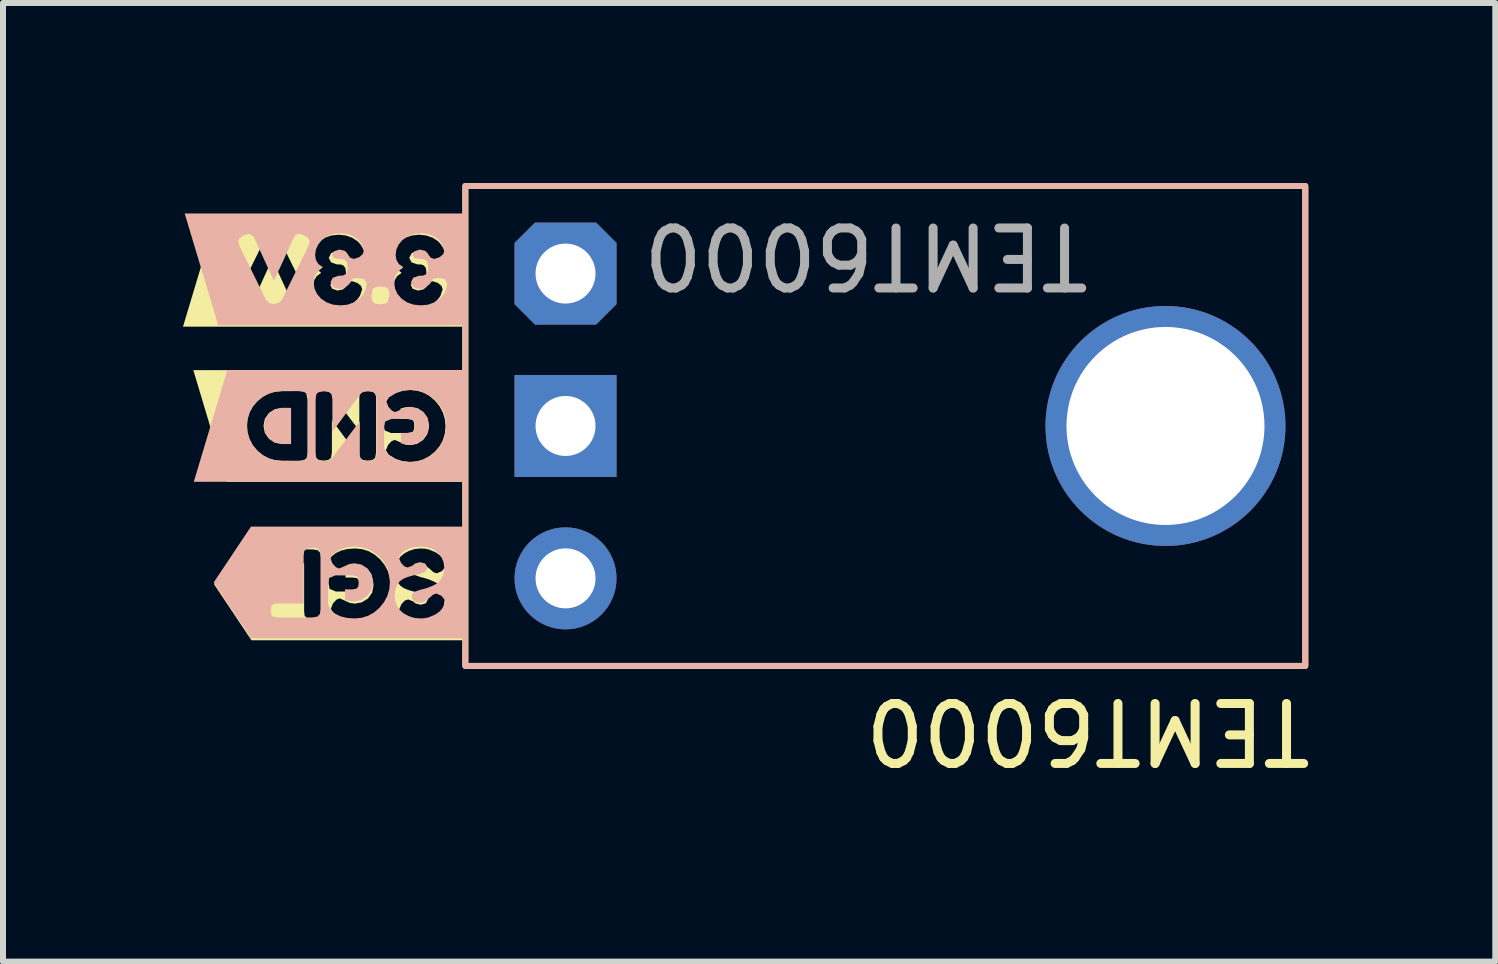
<source format=kicad_pcb>
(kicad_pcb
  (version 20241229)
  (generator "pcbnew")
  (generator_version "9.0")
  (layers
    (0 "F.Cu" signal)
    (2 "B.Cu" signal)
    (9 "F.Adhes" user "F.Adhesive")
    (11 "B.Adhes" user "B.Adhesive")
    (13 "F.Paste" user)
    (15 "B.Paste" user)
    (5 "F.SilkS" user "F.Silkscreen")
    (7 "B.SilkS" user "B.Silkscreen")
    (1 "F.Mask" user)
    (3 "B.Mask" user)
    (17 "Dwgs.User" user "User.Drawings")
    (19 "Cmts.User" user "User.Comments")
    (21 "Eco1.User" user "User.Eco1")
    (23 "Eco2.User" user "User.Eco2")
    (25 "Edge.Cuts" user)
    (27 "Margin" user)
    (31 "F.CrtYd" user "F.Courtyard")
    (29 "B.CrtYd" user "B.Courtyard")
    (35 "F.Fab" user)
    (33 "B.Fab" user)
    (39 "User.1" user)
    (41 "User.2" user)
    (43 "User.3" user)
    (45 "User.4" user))
  (footprint "TEMT6000"
    (layer "F.Cu")
    (at 6.376 1.51)
    (property "Reference" "TEMT6000" (at 12.497 7.62 180) (unlocked yes) (layer "F.SilkS") (effects (font (size 1 1) (thickness 0.15)) (justify left)))
    (attr through_hole)
    (fp_rect (start -1.67 -1.46) (end 12.33 6.54) (stroke (width 0.1) (type default)) (fill no) (layer "F.SilkS"))
    (fp_poly (pts (xy -4.734 2.838) (xy -4.582 2.838) (xy -4.582 2.238) (xy -4.736 2.238) (xy -4.844 2.26) (xy -4.942 2.323) (xy -5.011 2.419) (xy -5.034 2.537) (xy -5.012 2.655) (xy -4.944 2.752) (xy -4.847 2.817) (xy -4.734 2.838)) (stroke (width 0) (type solid)) (fill yes) (layer "F.SilkS"))
    (fp_poly (pts (xy -2 3.471) (xy -1.67 3.471) (xy -1.67 1.609) (xy -2 1.609) (xy -2.586 1.609) (xy -2.586 1.94) (xy -2.472 1.951) (xy -2.365 1.985) (xy -2.266 2.04) (xy -2.175 2.119) (xy -2.099 2.212) (xy -2.044 2.316) (xy -2.011 2.428) (xy -2 2.55) (xy -2.012 2.671) (xy -2.045 2.781) (xy -2.1 2.881) (xy -2.178 2.971) (xy -2.271 3.045) (xy -2.372 3.098) (xy -2.481 3.13) (xy -2.597 3.14) (xy -2.72 3.126) (xy -2.838 3.085) (xy -2.951 3.016) (xy -2.994 2.946) (xy -2.958 2.856) (xy -2.899 2.793) (xy -2.845 2.772) (xy -2.748 2.815) (xy -2.675 2.848) (xy -2.589 2.859) (xy -2.475 2.838) (xy -2.375 2.774) (xy -2.305 2.676) (xy -2.281 2.552) (xy -2.292 2.465) (xy -2.324 2.387) (xy -2.377 2.319) (xy -2.478 2.247) (xy -2.593 2.223) (xy -2.675 2.23) (xy -2.75 2.251) (xy -2.75 2.424) (xy -2.624 2.424) (xy -2.554 2.437) (xy -2.527 2.474) (xy -2.521 2.541) (xy -2.528 2.608) (xy -2.554 2.643) (xy -2.631 2.657) (xy -2.91 2.657) (xy -3.015 2.613) (xy -3.031 2.524) (xy -3.031 2.175) (xy -2.986 2.078) (xy -2.911 2.018) (xy -2.82 1.974) (xy -2.711 1.949) (xy -2.586 1.94) (xy -2.586 1.609) (xy -4.032 1.609) (xy -4.032 1.956) (xy -3.947 1.965) (xy -3.907 1.995) (xy -3.795 2.145) (xy -3.696 2.276) (xy -3.611 2.389) (xy -3.539 2.484) (xy -3.481 2.56) (xy -3.437 2.618) (xy -3.437 2.095) (xy -3.435 2.04) (xy -3.42 1.999) (xy -3.378 1.967) (xy -3.296 1.956) (xy -3.216 1.967) (xy -3.175 1.999) (xy -3.16 2.042) (xy -3.158 2.097) (xy -3.158 2.983) (xy -3.173 3.071) (xy -3.218 3.108) (xy -3.296 3.118) (xy -3.371 3.109) (xy -3.41 3.089) (xy -3.447 3.048) (xy -3.552 2.905) (xy -3.645 2.779) (xy -3.726 2.67) (xy -3.794 2.578) (xy -3.851 2.504) (xy -3.894 2.446) (xy -3.894 2.983) (xy -3.909 3.071) (xy -3.955 3.108) (xy -4.03 3.118) (xy -4.103 3.11) (xy -4.144 3.091) (xy -4.164 3.058) (xy -4.174 2.977) (xy -4.174 2.095) (xy -4.171 2.04) (xy -4.156 1.999) (xy -4.114 1.967) (xy -4.032 1.956) (xy -4.032 1.609) (xy -4.731 1.609) (xy -4.731 1.957) (xy -4.44 1.957) (xy -4.362 1.967) (xy -4.32 1.997) (xy -4.301 2.099) (xy -4.301 2.981) (xy -4.303 3.037) (xy -4.318 3.078) (xy -4.36 3.11) (xy -4.442 3.121) (xy -4.736 3.119) (xy -4.847 3.109) (xy -4.952 3.078) (xy -5.05 3.026) (xy -5.14 2.954) (xy -5.217 2.866) (xy -5.271 2.769) (xy -5.304 2.662) (xy -5.315 2.546) (xy -5.304 2.429) (xy -5.272 2.321) (xy -5.219 2.221) (xy -5.144 2.13) (xy -5.055 2.055) (xy -4.956 2.001) (xy -4.848 1.968) (xy -4.731 1.957) (xy -4.731 1.609) (xy -5.315 1.609) (xy -5.646 1.609) (xy -6.204 1.609) (xy -5.646 3.471) (xy -5.315 3.471) (xy -2 3.471)) (stroke (width 0) (type solid)) (fill yes) (layer "F.SilkS"))
    (fp_poly (pts (xy -1.993 6.112) (xy -1.662 6.112) (xy -1.662 4.251) (xy -1.993 4.251) (xy -2.415 4.251) (xy -2.415 4.582) (xy -2.343 4.586) (xy -2.274 4.6) (xy -2.166 4.645) (xy -2.095 4.695) (xy -2.049 4.743) (xy -2.034 4.761) (xy -1.993 4.852) (xy -2.01 4.899) (xy -2.061 4.959) (xy -2.146 4.997) (xy -2.199 4.978) (xy -2.269 4.918) (xy -2.333 4.866) (xy -2.409 4.842) (xy -2.491 4.855) (xy -2.54 4.895) (xy -2.557 4.963) (xy -2.516 5.024) (xy -2.415 5.059) (xy -2.353 5.074) (xy -2.285 5.095) (xy -2.218 5.122) (xy -2.155 5.153) (xy -2.1 5.196) (xy -2.054 5.259) (xy -2.024 5.338) (xy -2.014 5.432) (xy -2.025 5.522) (xy -2.06 5.603) (xy -2.118 5.676) (xy -2.196 5.734) (xy -2.29 5.769) (xy -2.401 5.78) (xy -2.492 5.774) (xy -2.575 5.755) (xy -2.684 5.705) (xy -2.723 5.675) (xy -2.773 5.598) (xy -2.735 5.51) (xy -2.68 5.451) (xy -2.623 5.431) (xy -2.541 5.463) (xy -2.523 5.478) (xy -2.498 5.499) (xy -2.413 5.52) (xy -2.327 5.495) (xy -2.293 5.427) (xy -2.334 5.356) (xy -2.435 5.32) (xy -2.498 5.308) (xy -2.566 5.29) (xy -2.635 5.268) (xy -2.698 5.242) (xy -2.753 5.203) (xy -2.799 5.143) (xy -2.829 5.064) (xy -2.839 4.969) (xy -2.829 4.872) (xy -2.798 4.787) (xy -2.75 4.717) (xy -2.69 4.666) (xy -2.602 4.619) (xy -2.511 4.591) (xy -2.415 4.582) (xy -2.415 4.251) (xy -3.504 4.251) (xy -3.504 4.582) (xy -3.39 4.593) (xy -3.283 4.626) (xy -3.185 4.682) (xy -3.093 4.76) (xy -3.017 4.854) (xy -2.962 4.957) (xy -2.93 5.07) (xy -2.919 5.191) (xy -2.93 5.312) (xy -2.963 5.423) (xy -3.019 5.523) (xy -3.097 5.613) (xy -3.189 5.687) (xy -3.29 5.739) (xy -3.399 5.771) (xy -3.516 5.782) (xy -3.638 5.768) (xy -3.756 5.727) (xy -3.87 5.658) (xy -3.912 5.587) (xy -3.876 5.498) (xy -3.817 5.434) (xy -3.763 5.413) (xy -3.666 5.457) (xy -3.593 5.49) (xy -3.508 5.501) (xy -3.394 5.479) (xy -3.293 5.416) (xy -3.223 5.318) (xy -3.2 5.194) (xy -3.21 5.107) (xy -3.242 5.029) (xy -3.295 4.96) (xy -3.397 4.888) (xy -3.511 4.864) (xy -3.594 4.871) (xy -3.668 4.893) (xy -3.668 5.066) (xy -3.543 5.066) (xy -3.473 5.078) (xy -3.446 5.116) (xy -3.439 5.182) (xy -3.447 5.25) (xy -3.473 5.285) (xy -3.549 5.299) (xy -3.828 5.299) (xy -3.933 5.255) (xy -3.949 5.166) (xy -3.949 4.816) (xy -3.905 4.72) (xy -3.83 4.659) (xy -3.738 4.616) (xy -3.63 4.59) (xy -3.504 4.582) (xy -3.504 4.251) (xy -4.787 4.251) (xy -4.787 4.597) (xy -4.216 4.597) (xy -4.128 4.612) (xy -4.086 4.658) (xy -4.076 4.739) (xy -4.076 5.621) (xy -4.078 5.676) (xy -4.093 5.718) (xy -4.136 5.75) (xy -4.217 5.761) (xy -4.306 5.746) (xy -4.349 5.702) (xy -4.357 5.62) (xy -4.357 4.832) (xy -4.789 4.832) (xy -4.865 4.82) (xy -4.897 4.783) (xy -4.905 4.716) (xy -4.897 4.648) (xy -4.87 4.613) (xy -4.787 4.597) (xy -4.787 4.251) (xy -4.905 4.251) (xy -5.235 4.251) (xy -5.856 5.182) (xy -5.235 6.112) (xy -4.905 6.112) (xy -1.993 6.112)) (stroke (width 0) (type solid)) (fill yes) (layer "F.SilkS"))
    (fp_poly (pts (xy -2 0.885) (xy -1.67 0.885) (xy -1.67 -0.978) (xy -2 -0.978) (xy -2.44 -0.978) (xy -2.44 -0.648) (xy -2.32 -0.635) (xy -2.214 -0.598) (xy -2.122 -0.537) (xy -2.078 -0.487) (xy -2.038 -0.424) (xy -2.021 -0.383) (xy -2.018 -0.367) (xy -2 -0.281) (xy -2.039 -0.212) (xy -2.156 -0.189) (xy -2.24 -0.205) (xy -2.288 -0.287) (xy -2.375 -0.364) (xy -2.442 -0.373) (xy -2.515 -0.365) (xy -2.565 -0.339) (xy -2.605 -0.262) (xy -2.566 -0.187) (xy -2.474 -0.154) (xy -2.402 -0.151) (xy -2.361 -0.135) (xy -2.328 -0.094) (xy -2.318 -0.013) (xy -2.332 0.076) (xy -2.376 0.119) (xy -2.459 0.127) (xy -2.55 0.142) (xy -2.58 0.189) (xy -2.548 0.252) (xy -2.46 0.283) (xy -2.37 0.264) (xy -2.329 0.225) (xy -2.319 0.206) (xy -2.275 0.147) (xy -2.215 0.127) (xy -2.127 0.156) (xy -2.068 0.205) (xy -2.048 0.262) (xy -2.084 0.37) (xy -2.119 0.42) (xy -2.185 0.483) (xy -2.29 0.532) (xy -2.361 0.548) (xy -2.44 0.554) (xy -2.561 0.542) (xy -2.664 0.505) (xy -2.748 0.443) (xy -2.811 0.366) (xy -2.848 0.282) (xy -2.861 0.193) (xy -2.847 0.109) (xy -2.806 0.042) (xy -2.737 -0.008) (xy -2.737 -0.019) (xy -2.784 -0.053) (xy -2.834 -0.105) (xy -2.873 -0.176) (xy -2.886 -0.257) (xy -2.872 -0.364) (xy -2.83 -0.457) (xy -2.759 -0.537) (xy -2.667 -0.599) (xy -2.561 -0.635) (xy -2.44 -0.648) (xy -2.44 -0.978) (xy -3.123 -0.978) (xy -3.123 -0.629) (xy -3.044 -0.621) (xy -2.996 -0.598) (xy -2.965 -0.484) (xy -2.965 -0.478) (xy -2.968 -0.422) (xy -2.983 -0.379) (xy -3.025 -0.344) (xy -3.103 -0.332) (xy -3.184 -0.34) (xy -3.235 -0.365) (xy -3.262 -0.476) (xy -3.262 -0.483) (xy -3.26 -0.539) (xy -3.243 -0.583) (xy -3.201 -0.617) (xy -3.123 -0.629) (xy -3.123 -0.978) (xy -3.781 -0.978) (xy -3.781 -0.648) (xy -3.661 -0.635) (xy -3.556 -0.598) (xy -3.464 -0.537) (xy -3.419 -0.487) (xy -3.38 -0.424) (xy -3.362 -0.383) (xy -3.359 -0.367) (xy -3.342 -0.281) (xy -3.381 -0.212) (xy -3.497 -0.189) (xy -3.581 -0.205) (xy -3.629 -0.287) (xy -3.716 -0.364) (xy -3.783 -0.373) (xy -3.856 -0.365) (xy -3.907 -0.339) (xy -3.947 -0.262) (xy -3.908 -0.187) (xy -3.816 -0.154) (xy -3.743 -0.151) (xy -3.702 -0.135) (xy -3.67 -0.094) (xy -3.659 -0.013) (xy -3.674 0.076) (xy -3.718 0.119) (xy -3.8 0.127) (xy -3.891 0.142) (xy -3.921 0.189) (xy -3.889 0.252) (xy -3.801 0.283) (xy -3.712 0.264) (xy -3.67 0.225) (xy -3.661 0.206) (xy -3.616 0.147) (xy -3.556 0.127) (xy -3.469 0.156) (xy -3.409 0.205) (xy -3.389 0.262) (xy -3.426 0.37) (xy -3.461 0.42) (xy -3.527 0.483) (xy -3.631 0.532) (xy -3.703 0.548) (xy -3.781 0.554) (xy -3.902 0.542) (xy -4.005 0.505) (xy -4.089 0.443) (xy -4.152 0.366) (xy -4.19 0.282) (xy -4.202 0.193) (xy -4.188 0.109) (xy -4.147 0.042) (xy -4.078 -0.008) (xy -4.078 -0.019) (xy -4.125 -0.053) (xy -4.175 -0.105) (xy -4.214 -0.176) (xy -4.228 -0.257) (xy -4.213 -0.364) (xy -4.171 -0.457) (xy -4.101 -0.537) (xy -4.009 -0.599) (xy -3.902 -0.635) (xy -3.781 -0.648) (xy -3.781 -0.978) (xy -4.897 -0.978) (xy -4.897 -0.625) (xy -4.882 -0.625) (xy -4.806 -0.604) (xy -4.753 -0.548) (xy -4.315 0.341) (xy -4.291 0.418) (xy -4.314 0.471) (xy -4.385 0.519) (xy -4.465 0.546) (xy -4.507 0.54) (xy -4.534 0.518) (xy -4.56 0.475) (xy -4.581 0.431) (xy -4.621 0.344) (xy -4.672 0.232) (xy -4.727 0.113) (xy -4.782 -0.006) (xy -4.833 -0.118) (xy -4.872 -0.203) (xy -4.889 -0.24) (xy -5.207 0.456) (xy -5.229 0.503) (xy -5.299 0.546) (xy -5.393 0.519) (xy -5.463 0.471) (xy -5.486 0.418) (xy -5.463 0.341) (xy -5.024 -0.548) (xy -4.971 -0.604) (xy -4.897 -0.625) (xy -4.897 -0.978) (xy -5.486 -0.978) (xy -5.817 -0.978) (xy -6.376 0.885) (xy -5.817 0.885) (xy -5.486 0.885) (xy -2 0.885)) (stroke (width 0) (type solid)) (fill yes) (layer "F.SilkS"))
    (fp_rect (start -1.67 -1.46) (end 12.33 6.54) (stroke (width 0.1) (type default)) (fill no) (layer "B.SilkS"))
    (fp_poly (pts (xy -4.726 2.242) (xy -4.574 2.242) (xy -4.574 2.842) (xy -4.728 2.842) (xy -4.836 2.82) (xy -4.934 2.757) (xy -5.003 2.661) (xy -5.026 2.543) (xy -5.004 2.425) (xy -4.936 2.328) (xy -4.839 2.263) (xy -4.726 2.242)) (stroke (width 0) (type solid)) (fill yes) (layer "B.SilkS"))
    (fp_poly (pts (xy -1.992 1.609) (xy -1.662 1.609) (xy -1.662 3.471) (xy -1.992 3.471) (xy -2.578 3.471) (xy -2.578 3.14) (xy -2.464 3.129) (xy -2.357 3.095) (xy -2.258 3.04) (xy -2.167 2.961) (xy -2.091 2.868) (xy -2.036 2.764) (xy -2.003 2.652) (xy -1.992 2.53) (xy -2.003 2.409) (xy -2.037 2.299) (xy -2.092 2.199) (xy -2.17 2.109) (xy -2.263 2.035) (xy -2.364 1.982) (xy -2.473 1.95) (xy -2.589 1.94) (xy -2.712 1.954) (xy -2.83 1.995) (xy -2.943 2.064) (xy -2.986 2.134) (xy -2.95 2.224) (xy -2.89 2.287) (xy -2.837 2.308) (xy -2.74 2.265) (xy -2.667 2.232) (xy -2.581 2.221) (xy -2.467 2.242) (xy -2.367 2.306) (xy -2.297 2.404) (xy -2.273 2.528) (xy -2.284 2.615) (xy -2.316 2.693) (xy -2.369 2.761) (xy -2.47 2.833) (xy -2.584 2.857) (xy -2.667 2.85) (xy -2.742 2.829) (xy -2.742 2.656) (xy -2.616 2.656) (xy -2.546 2.643) (xy -2.519 2.606) (xy -2.513 2.539) (xy -2.52 2.472) (xy -2.546 2.437) (xy -2.623 2.423) (xy -2.902 2.423) (xy -3.007 2.467) (xy -3.023 2.556) (xy -3.023 2.905) (xy -2.978 3.002) (xy -2.903 3.062) (xy -2.811 3.106) (xy -2.703 3.131) (xy -2.578 3.14) (xy -2.578 3.471) (xy -4.024 3.471) (xy -4.024 3.124) (xy -3.939 3.115) (xy -3.899 3.085) (xy -3.787 2.935) (xy -3.688 2.804) (xy -3.603 2.691) (xy -3.531 2.596) (xy -3.473 2.52) (xy -3.429 2.462) (xy -3.429 2.985) (xy -3.427 3.04) (xy -3.412 3.081) (xy -3.369 3.113) (xy -3.288 3.124) (xy -3.208 3.113) (xy -3.167 3.081) (xy -3.152 3.038) (xy -3.15 2.983) (xy -3.15 2.097) (xy -3.165 2.009) (xy -3.21 1.972) (xy -3.288 1.962) (xy -3.363 1.971) (xy -3.402 1.991) (xy -3.439 2.032) (xy -3.544 2.175) (xy -3.637 2.301) (xy -3.718 2.41) (xy -3.786 2.502) (xy -3.842 2.576) (xy -3.886 2.634) (xy -3.886 2.097) (xy -3.901 2.009) (xy -3.947 1.972) (xy -4.022 1.962) (xy -4.095 1.97) (xy -4.136 1.989) (xy -4.156 2.022) (xy -4.166 2.103) (xy -4.166 2.985) (xy -4.163 3.04) (xy -4.148 3.081) (xy -4.106 3.113) (xy -4.024 3.124) (xy -4.024 3.471) (xy -4.723 3.471) (xy -4.723 3.123) (xy -4.432 3.123) (xy -4.354 3.113) (xy -4.312 3.083) (xy -4.293 2.981) (xy -4.293 2.099) (xy -4.295 2.043) (xy -4.31 2.002) (xy -4.352 1.97) (xy -4.434 1.959) (xy -4.728 1.961) (xy -4.839 1.971) (xy -4.944 2.002) (xy -5.042 2.054) (xy -5.132 2.126) (xy -5.209 2.214) (xy -5.263 2.311) (xy -5.296 2.418) (xy -5.307 2.534) (xy -5.296 2.651) (xy -5.264 2.759) (xy -5.211 2.859) (xy -5.136 2.95) (xy -5.047 3.025) (xy -4.948 3.079) (xy -4.84 3.112) (xy -4.723 3.123) (xy -4.723 3.471) (xy -5.307 3.471) (xy -5.638 3.471) (xy -6.196 3.471) (xy -5.638 1.609) (xy -5.307 1.609) (xy -1.992 1.609)) (stroke (width 0) (type solid)) (fill yes) (layer "B.SilkS"))
    (fp_poly (pts (xy -2.001 4.217) (xy -1.67 4.217) (xy -1.67 6.079) (xy -2.001 6.079) (xy -2.423 6.079) (xy -2.423 5.748) (xy -2.351 5.744) (xy -2.282 5.73) (xy -2.174 5.685) (xy -2.103 5.635) (xy -2.057 5.586) (xy -2.042 5.569) (xy -2.001 5.478) (xy -2.018 5.431) (xy -2.069 5.371) (xy -2.153 5.332) (xy -2.207 5.352) (xy -2.277 5.412) (xy -2.341 5.463) (xy -2.417 5.488) (xy -2.499 5.475) (xy -2.548 5.434) (xy -2.565 5.367) (xy -2.524 5.306) (xy -2.423 5.271) (xy -2.361 5.256) (xy -2.293 5.235) (xy -2.226 5.208) (xy -2.163 5.177) (xy -2.108 5.134) (xy -2.062 5.071) (xy -2.032 4.992) (xy -2.022 4.897) (xy -2.033 4.808) (xy -2.068 4.727) (xy -2.126 4.654) (xy -2.203 4.596) (xy -2.298 4.561) (xy -2.409 4.55) (xy -2.5 4.556) (xy -2.583 4.574) (xy -2.692 4.624) (xy -2.731 4.655) (xy -2.781 4.732) (xy -2.742 4.82) (xy -2.688 4.879) (xy -2.631 4.899) (xy -2.549 4.867) (xy -2.53 4.851) (xy -2.506 4.831) (xy -2.421 4.81) (xy -2.335 4.835) (xy -2.301 4.903) (xy -2.342 4.974) (xy -2.442 5.01) (xy -2.505 5.022) (xy -2.574 5.04) (xy -2.643 5.062) (xy -2.706 5.088) (xy -2.761 5.127) (xy -2.807 5.187) (xy -2.837 5.266) (xy -2.847 5.361) (xy -2.837 5.458) (xy -2.806 5.543) (xy -2.758 5.612) (xy -2.698 5.664) (xy -2.61 5.711) (xy -2.519 5.739) (xy -2.423 5.748) (xy -2.423 6.079) (xy -3.512 6.079) (xy -3.512 5.748) (xy -3.398 5.737) (xy -3.291 5.704) (xy -3.192 5.648) (xy -3.101 5.57) (xy -3.025 5.476) (xy -2.97 5.373) (xy -2.937 5.26) (xy -2.927 5.139) (xy -2.938 5.018) (xy -2.971 4.907) (xy -3.027 4.807) (xy -3.104 4.717) (xy -3.197 4.643) (xy -3.298 4.59) (xy -3.407 4.559) (xy -3.523 4.548) (xy -3.646 4.562) (xy -3.764 4.603) (xy -3.877 4.672) (xy -3.92 4.743) (xy -3.884 4.832) (xy -3.825 4.895) (xy -3.771 4.916) (xy -3.674 4.873) (xy -3.601 4.84) (xy -3.516 4.829) (xy -3.402 4.85) (xy -3.301 4.914) (xy -3.231 5.012) (xy -3.208 5.136) (xy -3.218 5.223) (xy -3.25 5.301) (xy -3.303 5.37) (xy -3.404 5.442) (xy -3.519 5.466) (xy -3.602 5.459) (xy -3.676 5.437) (xy -3.676 5.264) (xy -3.55 5.264) (xy -3.481 5.251) (xy -3.454 5.214) (xy -3.447 5.147) (xy -3.454 5.08) (xy -3.481 5.045) (xy -3.557 5.031) (xy -3.836 5.031) (xy -3.941 5.075) (xy -3.957 5.164) (xy -3.957 5.513) (xy -3.912 5.61) (xy -3.837 5.671) (xy -3.746 5.714) (xy -3.637 5.74) (xy -3.512 5.748) (xy -3.512 6.079) (xy -4.795 6.079) (xy -4.795 5.732) (xy -4.224 5.732) (xy -4.135 5.717) (xy -4.093 5.672) (xy -4.084 5.591) (xy -4.084 4.709) (xy -4.086 4.654) (xy -4.101 4.612) (xy -4.143 4.58) (xy -4.225 4.569) (xy -4.314 4.584) (xy -4.357 4.628) (xy -4.365 4.71) (xy -4.365 5.498) (xy -4.797 5.498) (xy -4.873 5.509) (xy -4.905 5.547) (xy -4.913 5.614) (xy -4.905 5.682) (xy -4.878 5.717) (xy -4.795 5.732) (xy -4.795 6.079) (xy -4.913 6.079) (xy -5.243 6.079) (xy -5.864 5.148) (xy -5.243 4.217) (xy -4.913 4.217) (xy -2.001 4.217)) (stroke (width 0) (type solid)) (fill yes) (layer "B.SilkS"))
    (fp_poly (pts (xy -1.972 -1.002) (xy -1.641 -1.002) (xy -1.641 0.861) (xy -1.972 0.861) (xy -2.411 0.861) (xy -2.411 0.53) (xy -2.291 0.518) (xy -2.186 0.481) (xy -2.094 0.419) (xy -2.049 0.369) (xy -2.01 0.306) (xy -1.992 0.265) (xy -1.989 0.249) (xy -1.972 0.164) (xy -2.011 0.094) (xy -2.127 0.071) (xy -2.211 0.087) (xy -2.259 0.17) (xy -2.346 0.246) (xy -2.413 0.256) (xy -2.486 0.247) (xy -2.537 0.221) (xy -2.577 0.144) (xy -2.538 0.069) (xy -2.446 0.037) (xy -2.373 0.033) (xy -2.332 0.017) (xy -2.3 -0.023) (xy -2.289 -0.105) (xy -2.304 -0.193) (xy -2.348 -0.237) (xy -2.43 -0.244) (xy -2.521 -0.26) (xy -2.551 -0.306) (xy -2.519 -0.37) (xy -2.431 -0.4) (xy -2.342 -0.381) (xy -2.3 -0.343) (xy -2.291 -0.324) (xy -2.246 -0.264) (xy -2.186 -0.244) (xy -2.099 -0.273) (xy -2.039 -0.323) (xy -2.019 -0.379) (xy -2.056 -0.487) (xy -2.091 -0.537) (xy -2.157 -0.6) (xy -2.261 -0.649) (xy -2.333 -0.666) (xy -2.411 -0.672) (xy -2.532 -0.659) (xy -2.635 -0.622) (xy -2.719 -0.56) (xy -2.782 -0.483) (xy -2.82 -0.4) (xy -2.832 -0.31) (xy -2.818 -0.226) (xy -2.777 -0.159) (xy -2.708 -0.11) (xy -2.708 -0.098) (xy -2.755 -0.064) (xy -2.805 -0.013) (xy -2.844 0.059) (xy -2.857 0.14) (xy -2.843 0.246) (xy -2.801 0.34) (xy -2.731 0.42) (xy -2.639 0.481) (xy -2.532 0.518) (xy -2.411 0.53) (xy -2.411 0.861) (xy -3.095 0.861) (xy -3.095 0.511) (xy -3.015 0.504) (xy -2.968 0.481) (xy -2.937 0.367) (xy -2.937 0.36) (xy -2.939 0.305) (xy -2.954 0.262) (xy -2.996 0.226) (xy -3.074 0.214) (xy -3.155 0.223) (xy -3.207 0.248) (xy -3.234 0.359) (xy -3.234 0.365) (xy -3.231 0.421) (xy -3.215 0.465) (xy -3.173 0.5) (xy -3.095 0.511) (xy -3.095 0.861) (xy -3.753 0.861) (xy -3.753 0.53) (xy -3.633 0.518) (xy -3.527 0.481) (xy -3.435 0.419) (xy -3.391 0.369) (xy -3.351 0.306) (xy -3.334 0.265) (xy -3.331 0.249) (xy -3.313 0.164) (xy -3.352 0.094) (xy -3.469 0.071) (xy -3.553 0.087) (xy -3.6 0.17) (xy -3.688 0.246) (xy -3.754 0.256) (xy -3.827 0.247) (xy -3.878 0.221) (xy -3.918 0.144) (xy -3.879 0.069) (xy -3.787 0.037) (xy -3.715 0.033) (xy -3.673 0.017) (xy -3.641 -0.023) (xy -3.631 -0.105) (xy -3.645 -0.193) (xy -3.689 -0.237) (xy -3.772 -0.244) (xy -3.862 -0.26) (xy -3.893 -0.306) (xy -3.861 -0.37) (xy -3.773 -0.4) (xy -3.683 -0.381) (xy -3.642 -0.343) (xy -3.632 -0.324) (xy -3.588 -0.264) (xy -3.527 -0.244) (xy -3.44 -0.273) (xy -3.381 -0.323) (xy -3.361 -0.379) (xy -3.397 -0.487) (xy -3.432 -0.537) (xy -3.498 -0.6) (xy -3.603 -0.649) (xy -3.674 -0.666) (xy -3.753 -0.672) (xy -3.874 -0.659) (xy -3.977 -0.622) (xy -4.061 -0.56) (xy -4.123 -0.483) (xy -4.161 -0.4) (xy -4.174 -0.31) (xy -4.16 -0.226) (xy -4.119 -0.159) (xy -4.05 -0.11) (xy -4.05 -0.098) (xy -4.097 -0.064) (xy -4.147 -0.013) (xy -4.186 0.059) (xy -4.199 0.14) (xy -4.185 0.246) (xy -4.142 0.34) (xy -4.072 0.42) (xy -3.98 0.481) (xy -3.874 0.518) (xy -3.753 0.53) (xy -3.753 0.861) (xy -4.869 0.861) (xy -4.869 0.508) (xy -4.853 0.508) (xy -4.778 0.487) (xy -4.724 0.43) (xy -4.286 -0.459) (xy -4.262 -0.535) (xy -4.286 -0.588) (xy -4.356 -0.637) (xy -4.436 -0.664) (xy -4.478 -0.657) (xy -4.505 -0.635) (xy -4.532 -0.593) (xy -4.553 -0.548) (xy -4.593 -0.461) (xy -4.644 -0.349) (xy -4.698 -0.23) (xy -4.753 -0.111) (xy -4.805 0.001) (xy -4.844 0.086) (xy -4.861 0.122) (xy -5.178 -0.573) (xy -5.201 -0.621) (xy -5.271 -0.664) (xy -5.364 -0.637) (xy -5.434 -0.588) (xy -5.458 -0.535) (xy -5.434 -0.459) (xy -4.996 0.43) (xy -4.943 0.487) (xy -4.869 0.508) (xy -4.869 0.861) (xy -5.458 0.861) (xy -5.789 0.861) (xy -6.348 -1.002) (xy -5.789 -1.002) (xy -5.458 -1.002) (xy -1.972 -1.002)) (stroke (width 0) (type solid)) (fill yes) (layer "B.SilkS"))
    (fp_text user "${REFERENCE}" (at 1.219 -0.305 180) (unlocked yes) (layer "F.Fab") (effects (font (size 1 1) (thickness 0.15)) (justify right)))
    (pad "" thru_hole circle (at 10 2.54) (size 4 4) (drill 3.3) (layers "*.Cu" "*.Mask"))
    (pad "1" thru_hole roundrect (at 0 0) (size 1.7 1.7) (drill 1) (layers "*.Cu" "*.Mask") (roundrect_rratio 0) (chamfer_ratio 0.2) (chamfer top_left top_right bottom_left bottom_right))
    (pad "2" thru_hole rect (at 0 2.54) (size 1.7 1.7) (drill 1) (layers "*.Cu" "*.Mask"))
    (pad "3" thru_hole oval (at 0 5.08) (size 1.7 1.7) (drill 1) (layers "*.Cu" "*.Mask")))
  (gr_rect
    (start -3 -3)
    (end 21.873 12.978)
    (stroke (width 0.1) (type default))
    (fill no)
    (layer "Edge.Cuts")))
</source>
